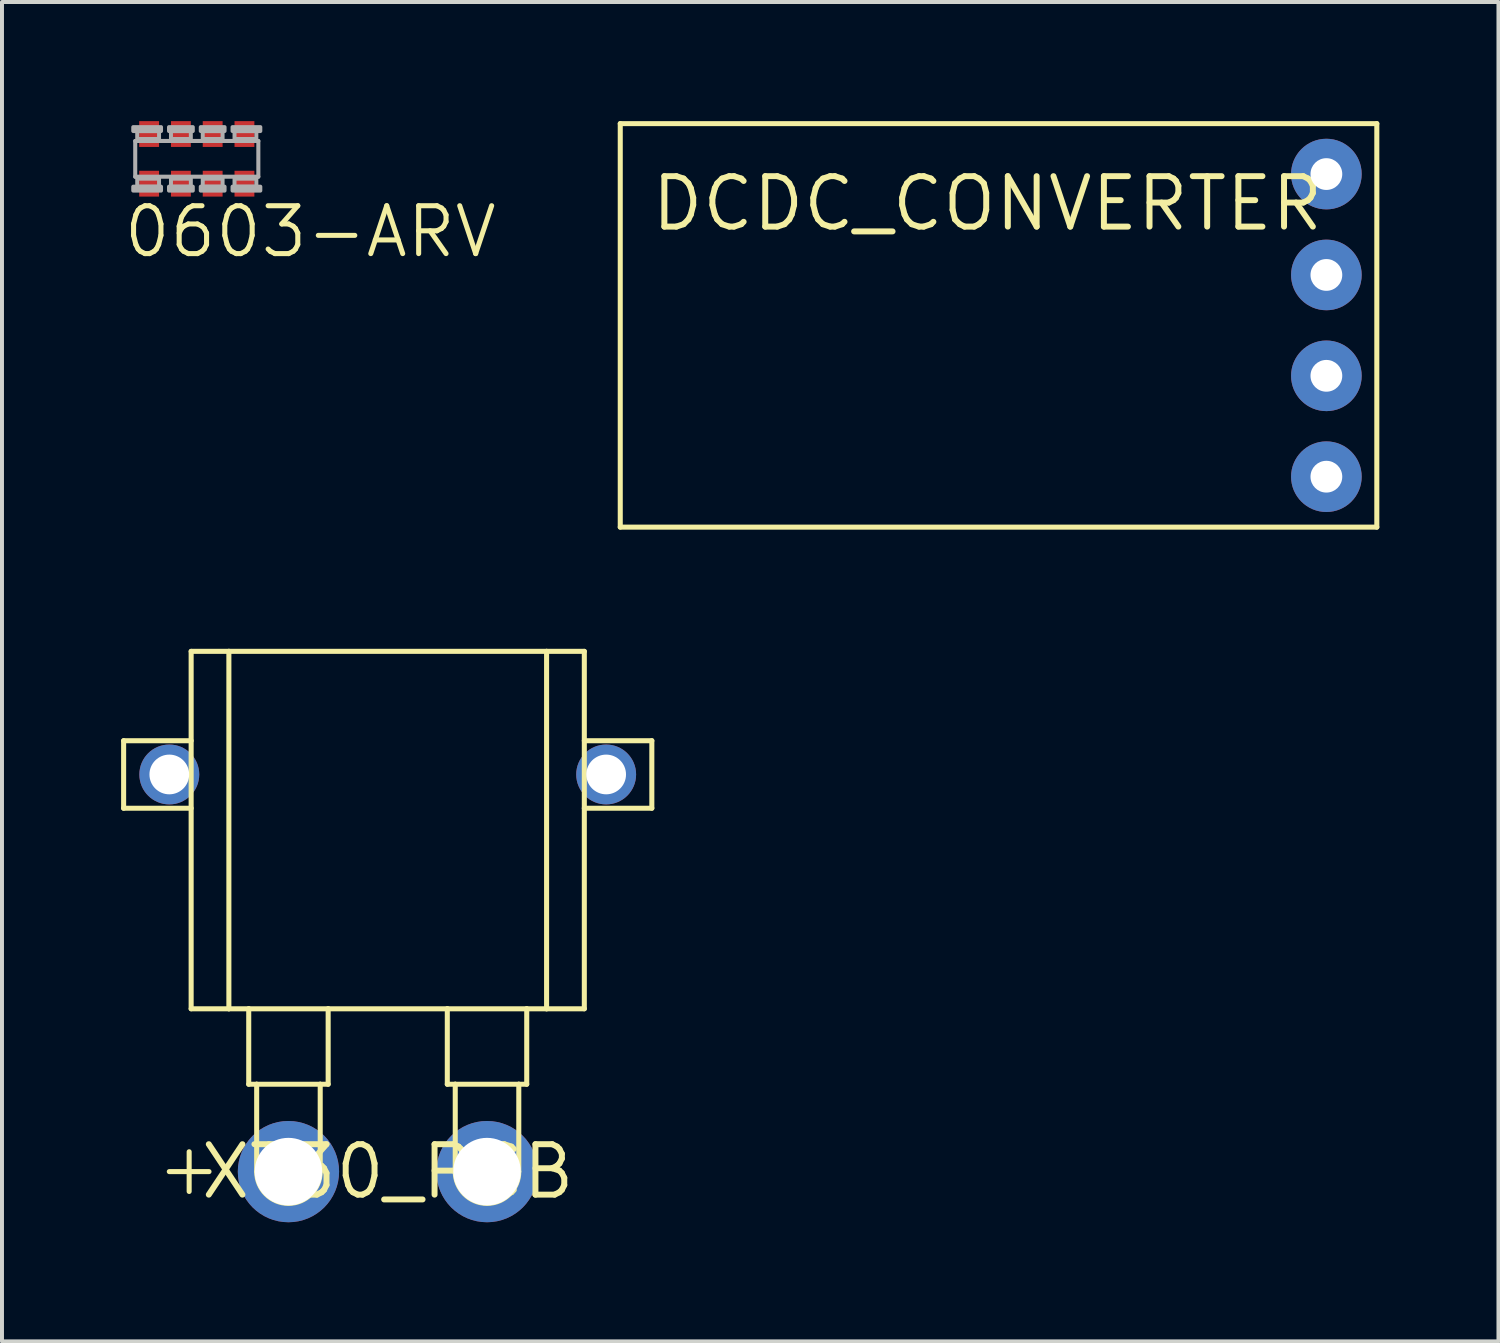
<source format=kicad_pcb>
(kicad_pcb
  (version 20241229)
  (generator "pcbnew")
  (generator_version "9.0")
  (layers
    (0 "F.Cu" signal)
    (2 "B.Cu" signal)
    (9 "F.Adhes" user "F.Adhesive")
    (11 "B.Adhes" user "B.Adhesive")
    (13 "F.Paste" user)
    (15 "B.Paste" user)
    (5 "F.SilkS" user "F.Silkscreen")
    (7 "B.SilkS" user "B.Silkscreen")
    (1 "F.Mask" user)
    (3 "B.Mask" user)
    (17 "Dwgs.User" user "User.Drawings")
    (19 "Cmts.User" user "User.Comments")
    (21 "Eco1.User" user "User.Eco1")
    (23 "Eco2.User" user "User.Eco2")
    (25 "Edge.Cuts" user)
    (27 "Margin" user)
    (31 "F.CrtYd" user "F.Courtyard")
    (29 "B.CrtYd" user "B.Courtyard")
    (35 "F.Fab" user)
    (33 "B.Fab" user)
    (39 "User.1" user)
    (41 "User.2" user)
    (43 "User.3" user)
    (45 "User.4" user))
  (footprint "XT30_PCB"
    (layer "F.Cu")
    (at 6.713 26.451)
    (property "Reference" "XT30_PCB" (at 0 0 0) (layer "F.SilkS") (effects (font (size 1.27 1.27) (thickness 0.15))))
    (attr through_hole)
    (fp_line (start -6.65 -10.85) (end -6.65 -9.15) (stroke (width 0.127) (type solid)) (layer "F.SilkS"))
    (fp_line (start -6.65 -10.85) (end -4.95 -10.85) (stroke (width 0.127) (type solid)) (layer "F.SilkS"))
    (fp_line (start -6.65 -9.15) (end -4.95 -9.15) (stroke (width 0.127) (type solid)) (layer "F.SilkS"))
    (fp_line (start -5.5 0) (end -4.5 0) (stroke (width 0.127) (type solid)) (layer "F.SilkS"))
    (fp_line (start -5 -0.5) (end -5 0.5) (stroke (width 0.127) (type solid)) (layer "F.SilkS"))
    (fp_line (start -4.95 -13.1) (end -4.95 -4.1) (stroke (width 0.127) (type solid)) (layer "F.SilkS"))
    (fp_line (start -4.95 -13.1) (end -4 -13.1) (stroke (width 0.127) (type solid)) (layer "F.SilkS"))
    (fp_line (start -4.95 -4.1) (end -4 -4.1) (stroke (width 0.127) (type solid)) (layer "F.SilkS"))
    (fp_line (start -4 -13.1) (end -4 -4.1) (stroke (width 0.127) (type solid)) (layer "F.SilkS"))
    (fp_line (start -4 -13.1) (end 4 -13.1) (stroke (width 0.127) (type solid)) (layer "F.SilkS"))
    (fp_line (start -4 -4.1) (end -3.5 -4.1) (stroke (width 0.127) (type solid)) (layer "F.SilkS"))
    (fp_line (start -3.5 -4.1) (end -3.5 -2.2) (stroke (width 0.127) (type solid)) (layer "F.SilkS"))
    (fp_line (start -3.5 -4.1) (end -1.5 -4.1) (stroke (width 0.127) (type solid)) (layer "F.SilkS"))
    (fp_line (start -3.5 -2.2) (end -3.3 -2.2) (stroke (width 0.127) (type solid)) (layer "F.SilkS"))
    (fp_line (start -3.3 -2.2) (end -1.7 -2.2) (stroke (width 0.127) (type solid)) (layer "F.SilkS"))
    (fp_line (start -3.3 0) (end -3.3 -2.2) (stroke (width 0.127) (type solid)) (layer "F.SilkS"))
    (fp_line (start -1.7 -2.2) (end -1.7 0) (stroke (width 0.127) (type solid)) (layer "F.SilkS"))
    (fp_line (start -1.7 -2.2) (end -1.5 -2.2) (stroke (width 0.127) (type solid)) (layer "F.SilkS"))
    (fp_line (start -1.5 -4.1) (end -1.5 -2.2) (stroke (width 0.127) (type solid)) (layer "F.SilkS"))
    (fp_line (start -1.5 -4.1) (end 1.5 -4.1) (stroke (width 0.127) (type solid)) (layer "F.SilkS"))
    (fp_line (start 1.5 -4.1) (end 1.5 -2.2) (stroke (width 0.127) (type solid)) (layer "F.SilkS"))
    (fp_line (start 1.5 -4.1) (end 3.5 -4.1) (stroke (width 0.127) (type solid)) (layer "F.SilkS"))
    (fp_line (start 1.5 -2.2) (end 1.7 -2.2) (stroke (width 0.127) (type solid)) (layer "F.SilkS"))
    (fp_line (start 1.7 -2.2) (end 3.3 -2.2) (stroke (width 0.127) (type solid)) (layer "F.SilkS"))
    (fp_line (start 1.7 0) (end 1.7 -2.2) (stroke (width 0.127) (type solid)) (layer "F.SilkS"))
    (fp_line (start 3.3 -2.2) (end 3.3 0) (stroke (width 0.127) (type solid)) (layer "F.SilkS"))
    (fp_line (start 3.3 -2.2) (end 3.5 -2.2) (stroke (width 0.127) (type solid)) (layer "F.SilkS"))
    (fp_line (start 3.5 -4.1) (end 3.5 -2.2) (stroke (width 0.127) (type solid)) (layer "F.SilkS"))
    (fp_line (start 3.5 -4.1) (end 4 -4.1) (stroke (width 0.127) (type solid)) (layer "F.SilkS"))
    (fp_line (start 4 -13.1) (end 4 -4.1) (stroke (width 0.127) (type solid)) (layer "F.SilkS"))
    (fp_line (start 4 -13.1) (end 4.95 -13.1) (stroke (width 0.127) (type solid)) (layer "F.SilkS"))
    (fp_line (start 4 -4.1) (end 4.95 -4.1) (stroke (width 0.127) (type solid)) (layer "F.SilkS"))
    (fp_line (start 4.95 -13.1) (end 4.95 -4.1) (stroke (width 0.127) (type solid)) (layer "F.SilkS"))
    (fp_line (start 4.95 -10.85) (end 6.65 -10.85) (stroke (width 0.127) (type solid)) (layer "F.SilkS"))
    (fp_line (start 4.95 -9.15) (end 6.65 -9.15) (stroke (width 0.127) (type solid)) (layer "F.SilkS"))
    (fp_line (start 6.65 -10.85) (end 6.65 -9.15) (stroke (width 0.127) (type solid)) (layer "F.SilkS"))
    (fp_arc (start -1.7 0) (mid -2.5 0.8) (end -3.3 0) (stroke (width 0.127) (type solid)) (layer "F.SilkS"))
    (fp_arc (start 3.3 0) (mid 2.5 0.8) (end 1.7 0) (stroke (width 0.127) (type solid)) (layer "F.SilkS"))
    (pad "1" thru_hole circle (at -2.5 0) (size 2.55 2.55) (drill 1.7) (layers "*.Cu" "*.Mask"))
    (pad "2" thru_hole circle (at 2.5 0) (size 2.55 2.55) (drill 1.7) (layers "*.Cu" "*.Mask"))
    (pad "AUX1" thru_hole circle (at -5.5 -10) (size 1.508 1.508) (drill 1) (layers "*.Cu" "*.Mask"))
    (pad "AUX2" thru_hole circle (at 5.5 -10) (size 1.508 1.508) (drill 1) (layers "*.Cu" "*.Mask")))
  (footprint "0603-ARV"
    (layer "F.Cu")
    (at 1.905 0.95)
    (property "Reference" "0603-ARV" (at -1.905 2.54 0) (layer "F.SilkS") (effects (font (size 1.206 1.206) (thickness 0.127)) (justify left bottom)))
    (attr through_hole)
    (fp_line (start -1.55 -0.45) (end 1.55 -0.45) (stroke (width 0.102) (type solid)) (layer "F.Fab"))
    (fp_line (start -1.55 0.45) (end -1.55 -0.45) (stroke (width 0.102) (type solid)) (layer "F.Fab"))
    (fp_line (start 1.55 -0.45) (end 1.55 0.45) (stroke (width 0.102) (type solid)) (layer "F.Fab"))
    (fp_line (start 1.55 0.45) (end -1.55 0.45) (stroke (width 0.102) (type solid)) (layer "F.Fab"))
    (fp_poly (pts (xy -1.6 -0.7) (xy -0.9 -0.7) (xy -0.9 -0.8) (xy -1.6 -0.8)) (stroke (width 0.1) (type solid)) (fill no) (layer "F.Fab"))
    (fp_poly (pts (xy -1.5 -0.5) (xy -0.95 -0.5) (xy -0.95 -0.7) (xy -1.5 -0.7)) (stroke (width 0.1) (type solid)) (fill no) (layer "F.Fab"))
    (fp_poly (pts (xy -0.95 0.5) (xy -1.5 0.5) (xy -1.5 0.7) (xy -0.95 0.7)) (stroke (width 0.1) (type solid)) (fill no) (layer "F.Fab"))
    (fp_poly (pts (xy -0.9 0.7) (xy -1.6 0.7) (xy -1.6 0.8) (xy -0.9 0.8)) (stroke (width 0.1) (type solid)) (fill no) (layer "F.Fab"))
    (fp_poly (pts (xy -0.7 -0.7) (xy -0.1 -0.7) (xy -0.1 -0.8) (xy -0.7 -0.8)) (stroke (width 0.1) (type solid)) (fill no) (layer "F.Fab"))
    (fp_poly (pts (xy -0.65 -0.5) (xy -0.15 -0.5) (xy -0.15 -0.7) (xy -0.65 -0.7)) (stroke (width 0.1) (type solid)) (fill no) (layer "F.Fab"))
    (fp_poly (pts (xy -0.15 0.5) (xy -0.65 0.5) (xy -0.65 0.7) (xy -0.15 0.7)) (stroke (width 0.1) (type solid)) (fill no) (layer "F.Fab"))
    (fp_poly (pts (xy -0.1 0.7) (xy -0.7 0.7) (xy -0.7 0.8) (xy -0.1 0.8)) (stroke (width 0.1) (type solid)) (fill no) (layer "F.Fab"))
    (fp_poly (pts (xy 0.1 -0.7) (xy 0.7 -0.7) (xy 0.7 -0.8) (xy 0.1 -0.8)) (stroke (width 0.1) (type solid)) (fill no) (layer "F.Fab"))
    (fp_poly (pts (xy 0.15 -0.5) (xy 0.65 -0.5) (xy 0.65 -0.7) (xy 0.15 -0.7)) (stroke (width 0.1) (type solid)) (fill no) (layer "F.Fab"))
    (fp_poly (pts (xy 0.65 0.5) (xy 0.15 0.5) (xy 0.15 0.7) (xy 0.65 0.7)) (stroke (width 0.1) (type solid)) (fill no) (layer "F.Fab"))
    (fp_poly (pts (xy 0.7 0.7) (xy 0.1 0.7) (xy 0.1 0.8) (xy 0.7 0.8)) (stroke (width 0.1) (type solid)) (fill no) (layer "F.Fab"))
    (fp_poly (pts (xy 0.9 -0.7) (xy 1.6 -0.7) (xy 1.6 -0.8) (xy 0.9 -0.8)) (stroke (width 0.1) (type solid)) (fill no) (layer "F.Fab"))
    (fp_poly (pts (xy 0.95 -0.5) (xy 1.5 -0.5) (xy 1.5 -0.7) (xy 0.95 -0.7)) (stroke (width 0.1) (type solid)) (fill no) (layer "F.Fab"))
    (fp_poly (pts (xy 1.5 0.5) (xy 0.95 0.5) (xy 0.95 0.7) (xy 1.5 0.7)) (stroke (width 0.1) (type solid)) (fill no) (layer "F.Fab"))
    (fp_poly (pts (xy 1.6 0.7) (xy 0.9 0.7) (xy 0.9 0.8) (xy 1.6 0.8)) (stroke (width 0.1) (type solid)) (fill no) (layer "F.Fab"))
    (pad "1" smd rect (at -1.2 0.625) (size 0.5 0.65) (layers "F.Cu" "F.Mask" "F.Paste"))
    (pad "2" smd rect (at -0.4 0.625) (size 0.5 0.65) (layers "F.Cu" "F.Mask" "F.Paste"))
    (pad "3" smd rect (at 0.4 0.625) (size 0.5 0.65) (layers "F.Cu" "F.Mask" "F.Paste"))
    (pad "4" smd rect (at 1.2 0.625) (size 0.5 0.65) (layers "F.Cu" "F.Mask" "F.Paste"))
    (pad "5" smd rect (at 1.2 -0.625) (size 0.5 0.65) (layers "F.Cu" "F.Mask" "F.Paste"))
    (pad "6" smd rect (at 0.4 -0.625) (size 0.5 0.65) (layers "F.Cu" "F.Mask" "F.Paste"))
    (pad "7" smd rect (at -0.4 -0.625) (size 0.5 0.65) (layers "F.Cu" "F.Mask" "F.Paste"))
    (pad "8" smd rect (at -1.2 -0.625) (size 0.5 0.65) (layers "F.Cu" "F.Mask" "F.Paste")))
  (footprint "DCDC_CONVERTER"
    (layer "F.Cu")
    (at 30.348 1.333)
    (property "Reference" "DCDC_CONVERTER" (at 0 0 0) (layer "F.SilkS") (effects (font (size 1.27 1.27) (thickness 0.15)) (justify right top)))
    (attr through_hole)
    (fp_line (start -17.78 -1.27) (end -17.78 8.89) (stroke (width 0.127) (type solid)) (layer "F.SilkS"))
    (fp_line (start -17.78 8.89) (end 1.27 8.89) (stroke (width 0.127) (type solid)) (layer "F.SilkS"))
    (fp_line (start 1.27 -1.27) (end -17.78 -1.27) (stroke (width 0.127) (type solid)) (layer "F.SilkS"))
    (fp_line (start 1.27 8.89) (end 1.27 -1.27) (stroke (width 0.127) (type solid)) (layer "F.SilkS"))
    (pad "EN" thru_hole circle (at 0 7.62) (size 1.778 1.778) (drill 0.8) (layers "*.Cu" "*.Mask"))
    (pad "GND" thru_hole circle (at 0 2.54) (size 1.778 1.778) (drill 0.8) (layers "*.Cu" "*.Mask"))
    (pad "VIN" thru_hole circle (at 0 5.08) (size 1.778 1.778) (drill 0.8) (layers "*.Cu" "*.Mask"))
    (pad "VOUT" thru_hole circle (at 0 0) (size 1.778 1.778) (drill 0.8) (layers "*.Cu" "*.Mask")))
  (gr_rect
    (start -3 -3)
    (end 34.681 30.726)
    (stroke (width 0.1) (type default))
    (fill no)
    (layer "Edge.Cuts")))
</source>
